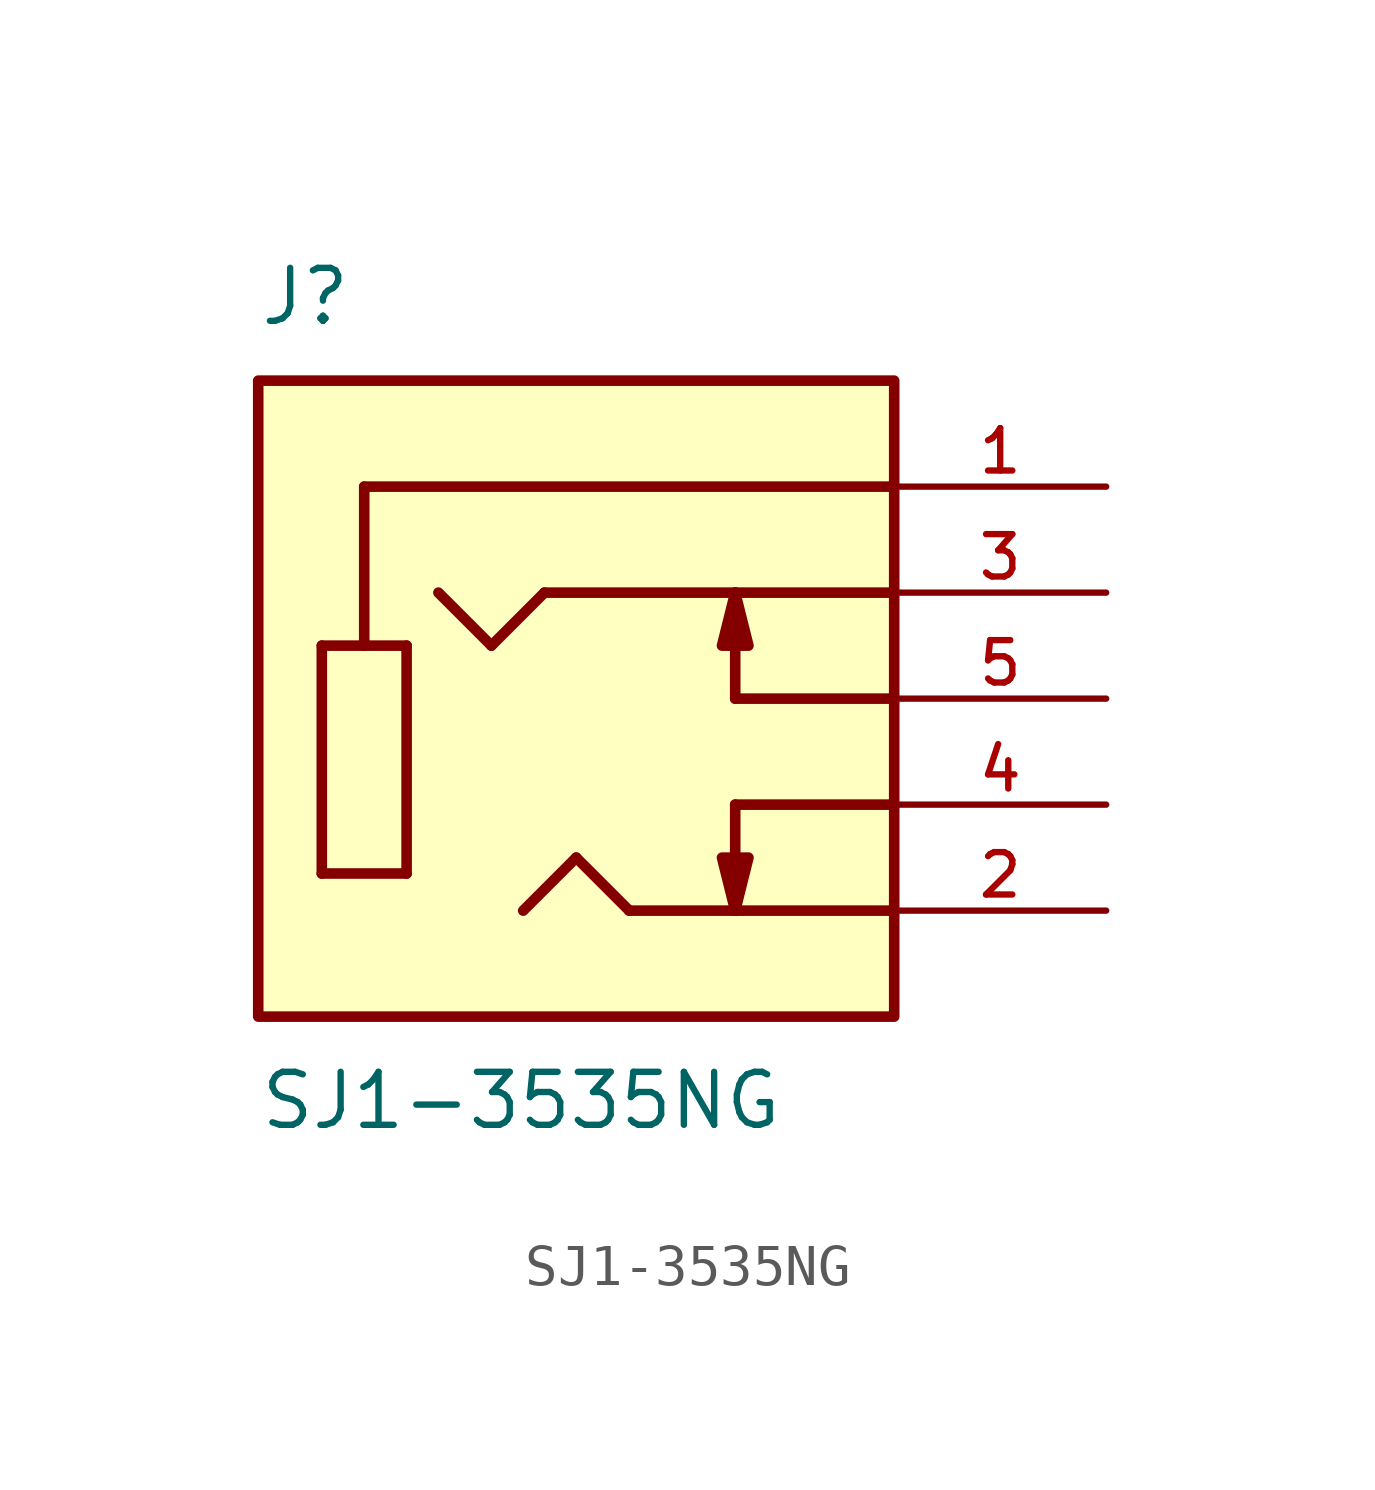
<source format=kicad_sym>
(kicad_symbol_lib
  (version 20241209)
  (generator "kicad_symbol_editor")
  (generator_version "9.0")
  (symbol "SJ1-3535NG"
    (pin_names
      (offset 1.016))
    (property "Reference" "J"
      (at -7.62 8.89 0)
      (effects (font (size 1.27 1.27)) (justify left bottom)))
    (property "Value" "SJ1-3535NG"
      (at -7.62 -8.89 0)
      (effects (font (size 1.27 1.27)) (justify left top)))
    (symbol "SJ1-3535NG_0_0"
      (rectangle (start -7.62 7.62) (end 7.62 -7.62) (stroke (width 0.254) (type default)) (fill (type background)))
      (polyline (pts (xy -6.096 1.27) (xy -5.08 1.27)) (stroke (width 0.254) (type default)) (fill (type none)))
      (polyline (pts (xy -6.096 -4.191) (xy -6.096 1.27)) (stroke (width 0.254) (type default)) (fill (type none)))
      (polyline (pts (xy -5.08 5.08) (xy -5.08 1.27)) (stroke (width 0.254) (type default)) (fill (type none)))
      (polyline (pts (xy -5.08 1.27) (xy -4.064 1.27)) (stroke (width 0.254) (type default)) (fill (type none)))
      (polyline (pts (xy -4.064 1.27) (xy -4.064 -4.191)) (stroke (width 0.254) (type default)) (fill (type none)))
      (polyline (pts (xy -4.064 -4.191) (xy -6.096 -4.191)) (stroke (width 0.254) (type default)) (fill (type none)))
      (polyline (pts (xy -2.032 1.27) (xy -3.302 2.54)) (stroke (width 0.254) (type default)) (fill (type none)))
      (polyline (pts (xy -0.762 2.54) (xy -2.032 1.27)) (stroke (width 0.254) (type default)) (fill (type none)))
      (polyline (pts (xy 0 -3.81) (xy -1.27 -5.08)) (stroke (width 0.254) (type default)) (fill (type none)))
      (polyline (pts (xy 1.27 -5.08) (xy 0 -3.81)) (stroke (width 0.254) (type default)) (fill (type none)))
      (polyline (pts (xy 3.81 2.54) (xy -0.762 2.54)) (stroke (width 0.254) (type default)) (fill (type none)))
      (polyline (pts (xy 3.81 2.54) (xy 4.128 1.27) (xy 3.493 1.27) (xy 3.81 2.54)) (stroke (width 0.254) (type default)) (fill (type outline)))
      (polyline (pts (xy 3.81 0) (xy 3.81 2.54)) (stroke (width 0.254) (type default)) (fill (type none)))
      (polyline (pts (xy 3.81 -5.08) (xy 1.27 -5.08)) (stroke (width 0.254) (type default)) (fill (type none)))
      (polyline (pts (xy 3.81 -5.08) (xy 3.81 -2.54)) (stroke (width 0.254) (type default)) (fill (type none)))
      (polyline (pts (xy 3.81 -5.08) (xy 3.493 -3.81) (xy 4.128 -3.81) (xy 3.81 -5.08)) (stroke (width 0.254) (type default)) (fill (type outline)))
      (polyline (pts (xy 7.62 5.08) (xy -5.08 5.08)) (stroke (width 0.254) (type default)) (fill (type none)))
      (polyline (pts (xy 7.62 2.54) (xy 3.81 2.54)) (stroke (width 0.254) (type default)) (fill (type none)))
      (polyline (pts (xy 7.62 0) (xy 3.81 0)) (stroke (width 0.254) (type default)) (fill (type none)))
      (polyline (pts (xy 7.62 -2.54) (xy 3.81 -2.54)) (stroke (width 0.254) (type default)) (fill (type none)))
      (polyline (pts (xy 7.62 -5.08) (xy 3.81 -5.08)) (stroke (width 0.254) (type default)) (fill (type none)))
      (pin passive line (at 12.7 5.08 180) (length 5.08) (name "~" (effects (font (size 1.016 1.016)))) (number "1" (effects (font (size 1.016 1.016)))))
      (pin passive line (at 12.7 2.54 180) (length 5.08) (name "~" (effects (font (size 1.016 1.016)))) (number "3" (effects (font (size 1.016 1.016)))))
      (pin passive line (at 12.7 0 180) (length 5.08) (name "~" (effects (font (size 1.016 1.016)))) (number "5" (effects (font (size 1.016 1.016)))))
      (pin passive line (at 12.7 -2.54 180) (length 5.08) (name "~" (effects (font (size 1.016 1.016)))) (number "4" (effects (font (size 1.016 1.016)))))
      (pin passive line (at 12.7 -5.08 180) (length 5.08) (name "~" (effects (font (size 1.016 1.016)))) (number "2" (effects (font (size 1.016 1.016))))))))
</source>
